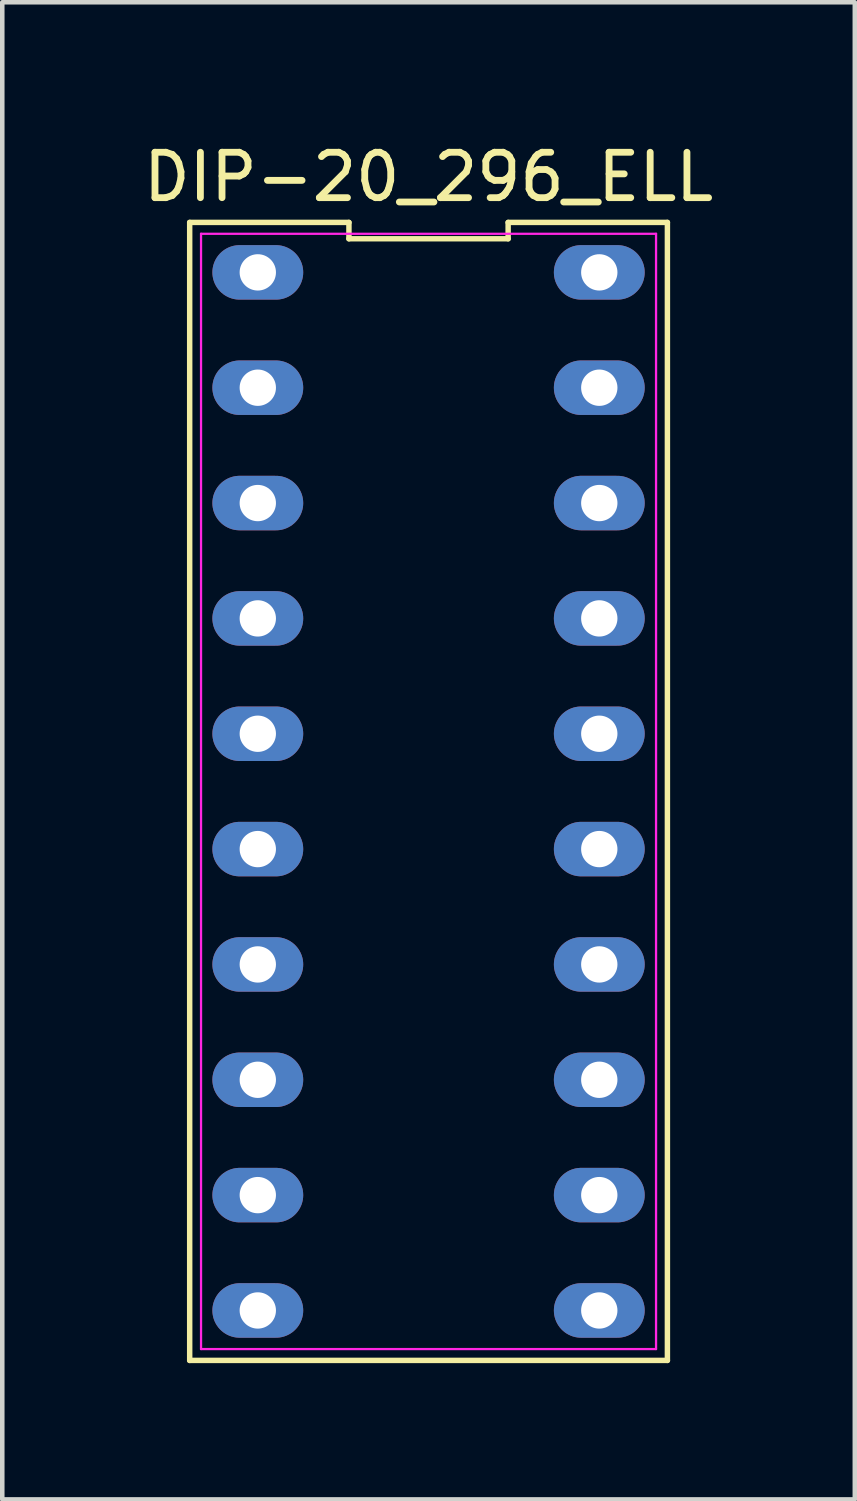
<source format=kicad_pcb>
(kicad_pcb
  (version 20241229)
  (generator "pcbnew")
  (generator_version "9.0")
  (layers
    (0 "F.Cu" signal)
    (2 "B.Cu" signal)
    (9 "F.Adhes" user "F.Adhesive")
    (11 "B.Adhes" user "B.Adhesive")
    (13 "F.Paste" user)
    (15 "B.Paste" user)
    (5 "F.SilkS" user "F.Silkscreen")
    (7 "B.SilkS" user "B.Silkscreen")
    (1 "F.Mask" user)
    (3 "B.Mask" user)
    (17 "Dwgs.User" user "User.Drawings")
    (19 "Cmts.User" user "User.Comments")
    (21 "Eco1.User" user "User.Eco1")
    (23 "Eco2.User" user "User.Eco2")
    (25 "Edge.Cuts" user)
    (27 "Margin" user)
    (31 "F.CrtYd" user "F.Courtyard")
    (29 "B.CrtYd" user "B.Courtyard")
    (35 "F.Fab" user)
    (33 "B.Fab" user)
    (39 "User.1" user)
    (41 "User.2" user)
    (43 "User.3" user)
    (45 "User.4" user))
  (footprint "DIP-20_296_ELL"
    (layer "F.Cu")
    (at 6.387 14.378)
    (property "Reference" "DIP-20_296_ELL" (at 0 -13.53 0) (layer "F.SilkS") (effects (font (size 1 1) (thickness 0.15))))
    (attr through_hole)
    (fp_line (start -5.26 12.53) (end 5.26 12.53) (stroke (width 0.12) (type solid)) (layer "F.SilkS"))
    (fp_line (start -5.26 -12.53) (end -5.26 12.53) (stroke (width 0.12) (type solid)) (layer "F.SilkS"))
    (fp_line (start -1.753 -12.53) (end -5.26 -12.53) (stroke (width 0.12) (type solid)) (layer "F.SilkS"))
    (fp_line (start -1.753 -12.17) (end -1.753 -12.53) (stroke (width 0.12) (type solid)) (layer "F.SilkS"))
    (fp_line (start 1.753 -12.53) (end 1.753 -12.17) (stroke (width 0.12) (type solid)) (layer "F.SilkS"))
    (fp_line (start 1.753 -12.17) (end -1.753 -12.17) (stroke (width 0.12) (type solid)) (layer "F.SilkS"))
    (fp_line (start 5.26 12.53) (end 5.26 -12.53) (stroke (width 0.12) (type solid)) (layer "F.SilkS"))
    (fp_line (start 5.26 -12.53) (end 1.753 -12.53) (stroke (width 0.12) (type solid)) (layer "F.SilkS"))
    (fp_line (start -5.01 -12.28) (end 5.01 -12.28) (stroke (width 0.05) (type solid)) (layer "F.CrtYd"))
    (fp_line (start -5.01 12.28) (end -5.01 -12.28) (stroke (width 0.05) (type solid)) (layer "F.CrtYd"))
    (fp_line (start 5.01 -12.28) (end 5.01 12.28) (stroke (width 0.05) (type solid)) (layer "F.CrtYd"))
    (fp_line (start 5.01 12.28) (end -5.01 12.28) (stroke (width 0.05) (type solid)) (layer "F.CrtYd"))
    (pad "1" thru_hole oval (at -3.76 -11.43 270) (size 1.2 2) (drill 0.8) (layers "*.Cu" "*.Mask"))
    (pad "2" thru_hole oval (at -3.76 -8.89 270) (size 1.2 2) (drill 0.8) (layers "*.Cu" "*.Mask"))
    (pad "3" thru_hole oval (at -3.76 -6.35 270) (size 1.2 2) (drill 0.8) (layers "*.Cu" "*.Mask"))
    (pad "4" thru_hole oval (at -3.76 -3.81 270) (size 1.2 2) (drill 0.8) (layers "*.Cu" "*.Mask"))
    (pad "5" thru_hole oval (at -3.76 -1.27 270) (size 1.2 2) (drill 0.8) (layers "*.Cu" "*.Mask"))
    (pad "6" thru_hole oval (at -3.76 1.27 270) (size 1.2 2) (drill 0.8) (layers "*.Cu" "*.Mask"))
    (pad "7" thru_hole oval (at -3.76 3.81 270) (size 1.2 2) (drill 0.8) (layers "*.Cu" "*.Mask"))
    (pad "8" thru_hole oval (at -3.76 6.35 270) (size 1.2 2) (drill 0.8) (layers "*.Cu" "*.Mask"))
    (pad "9" thru_hole oval (at -3.76 8.89 270) (size 1.2 2) (drill 0.8) (layers "*.Cu" "*.Mask"))
    (pad "10" thru_hole oval (at -3.76 11.43 270) (size 1.2 2) (drill 0.8) (layers "*.Cu" "*.Mask"))
    (pad "11" thru_hole oval (at 3.76 11.43 270) (size 1.2 2) (drill 0.8) (layers "*.Cu" "*.Mask"))
    (pad "12" thru_hole oval (at 3.76 8.89 270) (size 1.2 2) (drill 0.8) (layers "*.Cu" "*.Mask"))
    (pad "13" thru_hole oval (at 3.76 6.35 270) (size 1.2 2) (drill 0.8) (layers "*.Cu" "*.Mask"))
    (pad "14" thru_hole oval (at 3.76 3.81 270) (size 1.2 2) (drill 0.8) (layers "*.Cu" "*.Mask"))
    (pad "15" thru_hole oval (at 3.76 1.27 270) (size 1.2 2) (drill 0.8) (layers "*.Cu" "*.Mask"))
    (pad "16" thru_hole oval (at 3.76 -1.27 270) (size 1.2 2) (drill 0.8) (layers "*.Cu" "*.Mask"))
    (pad "17" thru_hole oval (at 3.76 -3.81 270) (size 1.2 2) (drill 0.8) (layers "*.Cu" "*.Mask"))
    (pad "18" thru_hole oval (at 3.76 -6.35 270) (size 1.2 2) (drill 0.8) (layers "*.Cu" "*.Mask"))
    (pad "19" thru_hole oval (at 3.76 -8.89 270) (size 1.2 2) (drill 0.8) (layers "*.Cu" "*.Mask"))
    (pad "20" thru_hole oval (at 3.76 -11.43 270) (size 1.2 2) (drill 0.8) (layers "*.Cu" "*.Mask")))
  (gr_rect
    (start -3 -3)
    (end 15.774 29.968)
    (stroke (width 0.1) (type default))
    (fill no)
    (layer "Edge.Cuts")))
</source>
